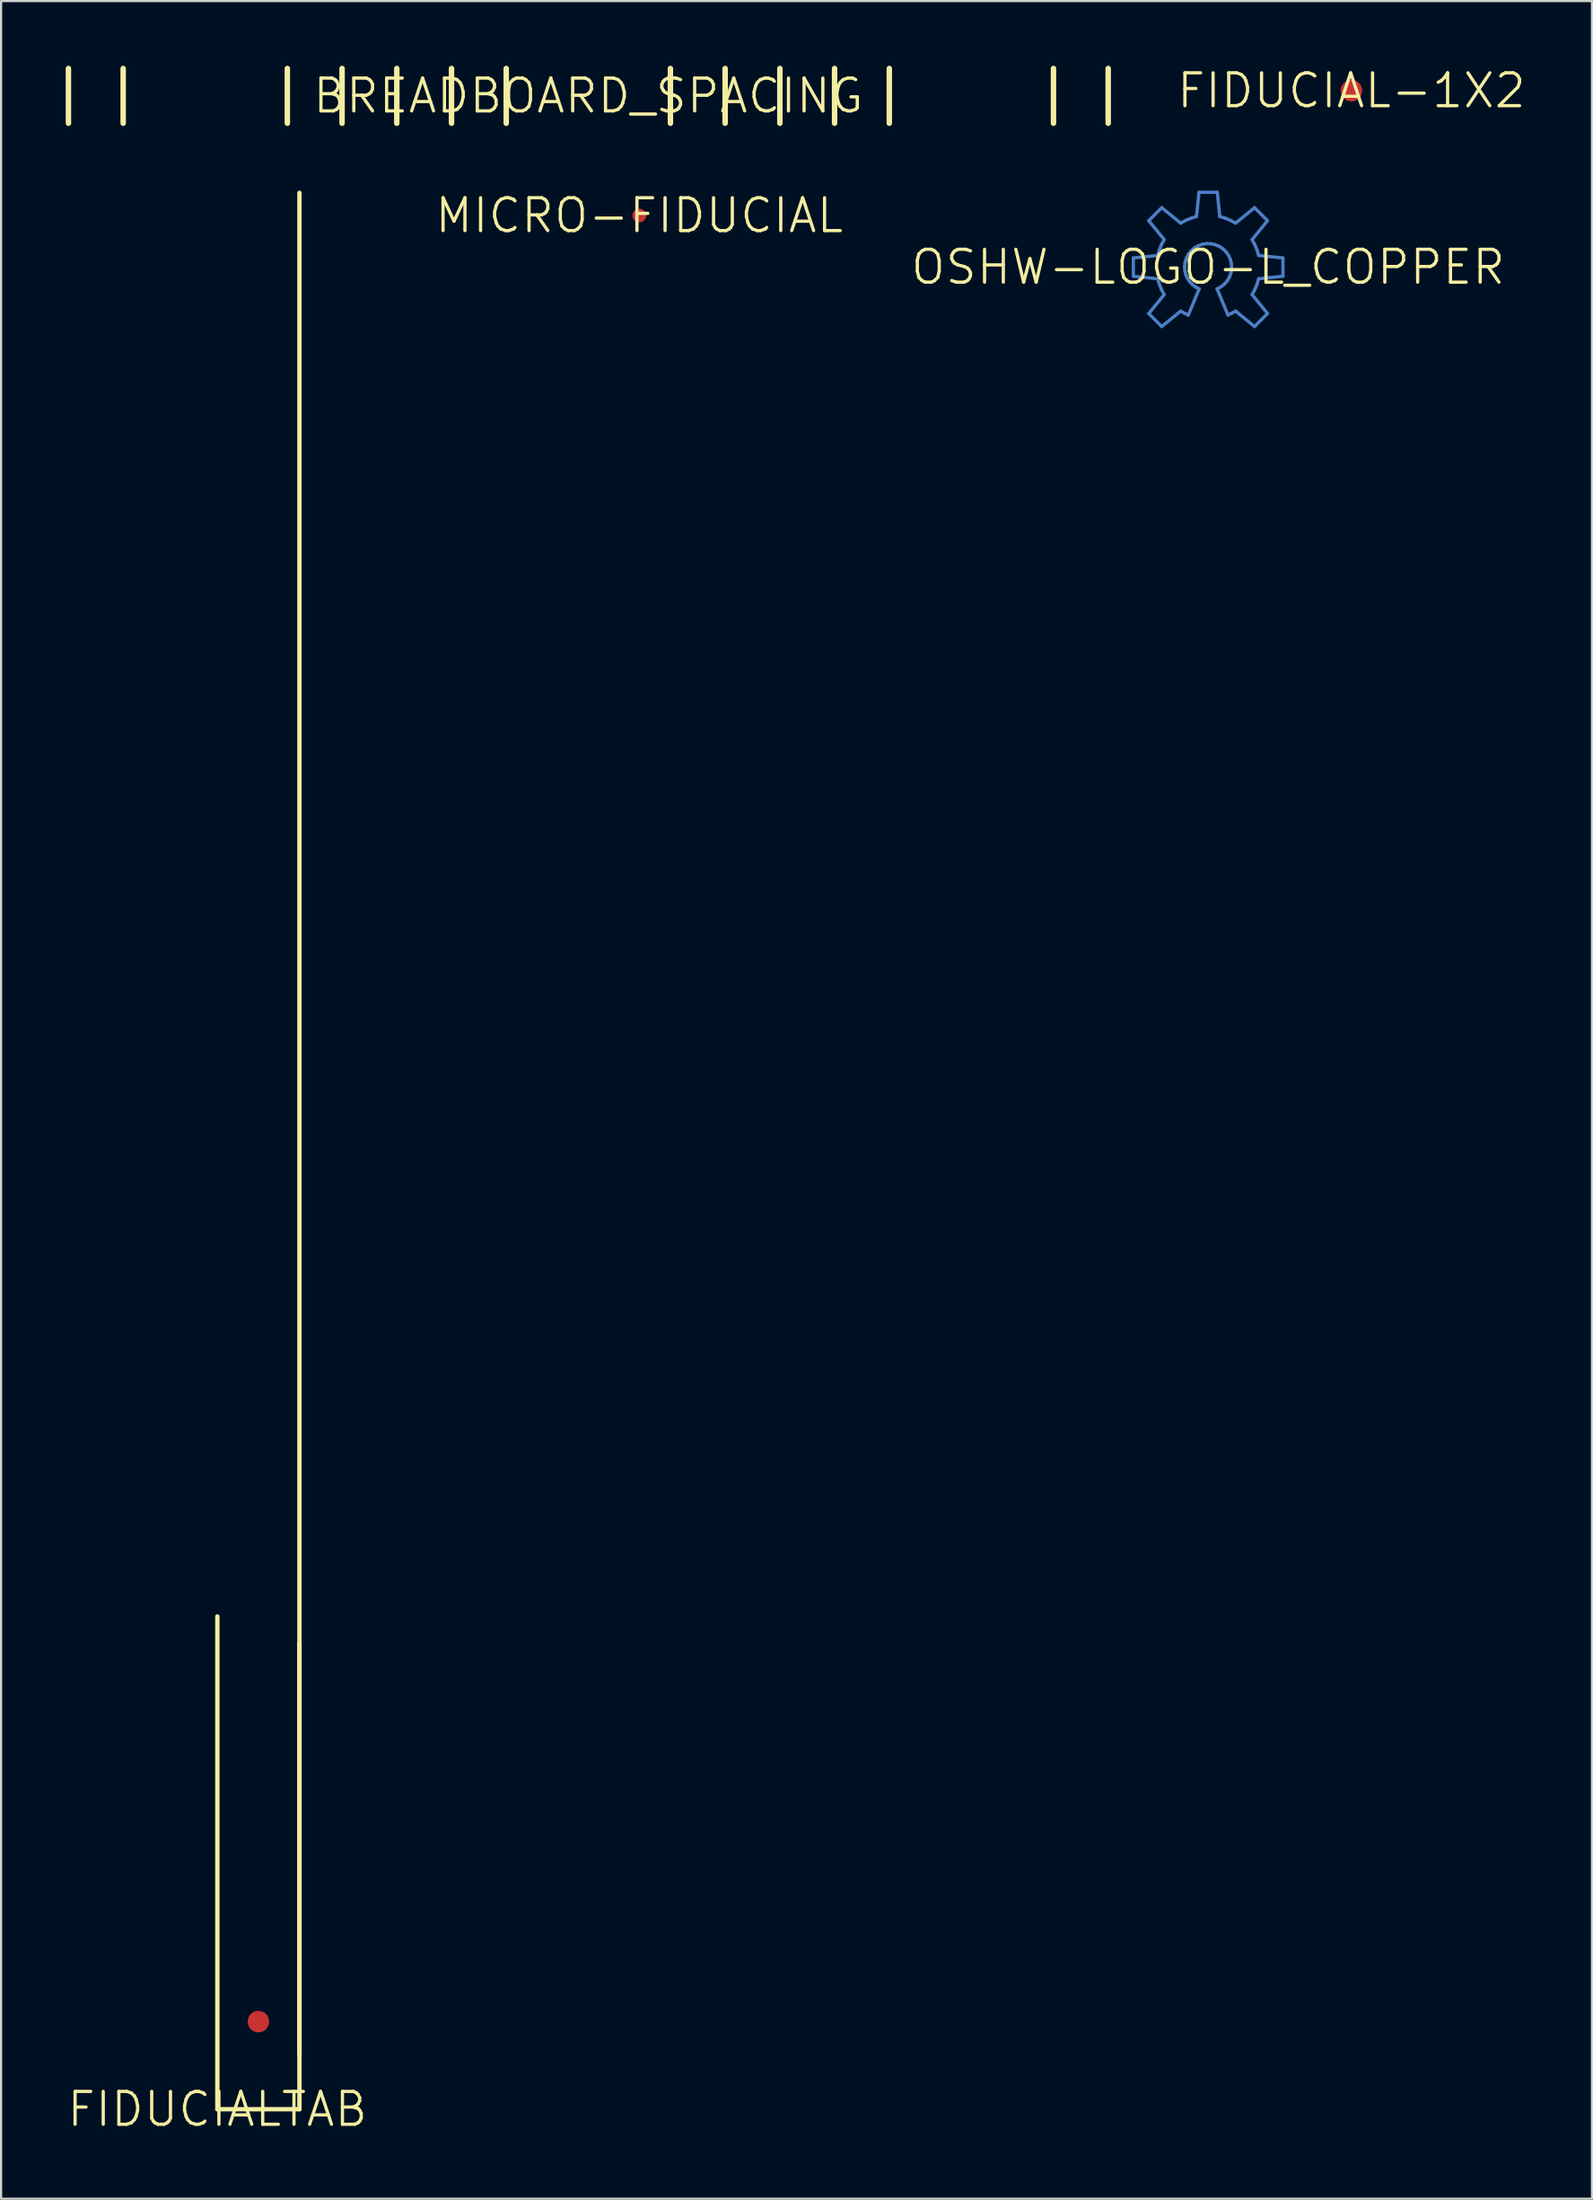
<source format=kicad_pcb>
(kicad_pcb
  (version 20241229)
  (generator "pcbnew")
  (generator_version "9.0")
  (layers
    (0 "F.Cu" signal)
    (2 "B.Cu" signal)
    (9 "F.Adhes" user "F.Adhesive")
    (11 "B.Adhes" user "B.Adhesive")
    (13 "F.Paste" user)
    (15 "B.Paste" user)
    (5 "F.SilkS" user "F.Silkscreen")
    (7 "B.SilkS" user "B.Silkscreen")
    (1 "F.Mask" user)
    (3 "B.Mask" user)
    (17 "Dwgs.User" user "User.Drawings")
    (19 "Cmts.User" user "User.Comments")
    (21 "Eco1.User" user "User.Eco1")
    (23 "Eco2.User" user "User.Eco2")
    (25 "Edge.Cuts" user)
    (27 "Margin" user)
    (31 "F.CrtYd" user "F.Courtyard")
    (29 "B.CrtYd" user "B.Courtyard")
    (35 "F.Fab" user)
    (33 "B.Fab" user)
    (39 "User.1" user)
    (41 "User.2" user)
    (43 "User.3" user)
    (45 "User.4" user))
  (footprint "OSHW-LOGO-L_COPPER"
    (layer "F.Cu")
    (at 53.026 9.341)
    (property "Reference" "OSHW-LOGO-L_COPPER" (at 0 0 0) (layer "F.SilkS") (effects (font (size 1.524 1.524) (thickness 0.15))))
    (attr exclude_from_pos_files exclude_from_bom)
    (fp_line (start -3.472 -0.424) (end -3.472 0.424) (stroke (width 0.15) (type solid)) (layer "B.Cu"))
    (fp_line (start -3.472 0.424) (end -2.344 0.541) (stroke (width 0.15) (type solid)) (layer "B.Cu"))
    (fp_line (start -2.756 -2.154) (end -2.04 -1.275) (stroke (width 0.15) (type solid)) (layer "B.Cu"))
    (fp_line (start -2.756 2.154) (end -2.154 2.756) (stroke (width 0.15) (type solid)) (layer "B.Cu"))
    (fp_line (start -2.344 -0.541) (end -3.472 -0.424) (stroke (width 0.15) (type solid)) (layer "B.Cu"))
    (fp_line (start -2.344 0.541) (end -2.268 0.795) (stroke (width 0.15) (type solid)) (layer "B.Cu"))
    (fp_line (start -2.268 -0.795) (end -2.344 -0.541) (stroke (width 0.15) (type solid)) (layer "B.Cu"))
    (fp_line (start -2.268 0.795) (end -2.167 1.041) (stroke (width 0.15) (type solid)) (layer "B.Cu"))
    (fp_line (start -2.167 -1.041) (end -2.268 -0.795) (stroke (width 0.15) (type solid)) (layer "B.Cu"))
    (fp_line (start -2.167 1.041) (end -2.04 1.275) (stroke (width 0.15) (type solid)) (layer "B.Cu"))
    (fp_line (start -2.154 -2.756) (end -2.756 -2.154) (stroke (width 0.15) (type solid)) (layer "B.Cu"))
    (fp_line (start -2.154 2.756) (end -1.275 2.04) (stroke (width 0.15) (type solid)) (layer "B.Cu"))
    (fp_line (start -2.04 -1.275) (end -2.167 -1.041) (stroke (width 0.15) (type solid)) (layer "B.Cu"))
    (fp_line (start -2.04 1.275) (end -2.756 2.154) (stroke (width 0.15) (type solid)) (layer "B.Cu"))
    (fp_line (start -1.275 -2.04) (end -2.154 -2.756) (stroke (width 0.15) (type solid)) (layer "B.Cu"))
    (fp_line (start -1.275 2.04) (end -1.1 2.139) (stroke (width 0.15) (type solid)) (layer "B.Cu"))
    (fp_line (start -1.1 2.139) (end -0.919 2.223) (stroke (width 0.15) (type solid)) (layer "B.Cu"))
    (fp_line (start -1.092 0) (end -1.074 -0.203) (stroke (width 0.15) (type solid)) (layer "B.Cu"))
    (fp_line (start -1.077 0.183) (end -1.092 0) (stroke (width 0.15) (type solid)) (layer "B.Cu"))
    (fp_line (start -1.074 -0.203) (end -1.016 -0.399) (stroke (width 0.15) (type solid)) (layer "B.Cu"))
    (fp_line (start -1.041 -2.167) (end -1.275 -2.04) (stroke (width 0.15) (type solid)) (layer "B.Cu"))
    (fp_line (start -1.031 0.361) (end -1.077 0.183) (stroke (width 0.15) (type solid)) (layer "B.Cu"))
    (fp_line (start -1.016 -0.399) (end -0.925 -0.582) (stroke (width 0.15) (type solid)) (layer "B.Cu"))
    (fp_line (start -0.955 0.528) (end -1.031 0.361) (stroke (width 0.15) (type solid)) (layer "B.Cu"))
    (fp_line (start -0.925 -0.582) (end -0.798 -0.744) (stroke (width 0.15) (type solid)) (layer "B.Cu"))
    (fp_line (start -0.919 2.223) (end -0.417 1.008) (stroke (width 0.15) (type solid)) (layer "B.Cu"))
    (fp_line (start -0.853 0.681) (end -0.955 0.528) (stroke (width 0.15) (type solid)) (layer "B.Cu"))
    (fp_line (start -0.798 -0.744) (end -0.645 -0.881) (stroke (width 0.15) (type solid)) (layer "B.Cu"))
    (fp_line (start -0.795 -2.268) (end -1.041 -2.167) (stroke (width 0.15) (type solid)) (layer "B.Cu"))
    (fp_line (start -0.726 0.815) (end -0.853 0.681) (stroke (width 0.15) (type solid)) (layer "B.Cu"))
    (fp_line (start -0.645 -0.881) (end -0.467 -0.986) (stroke (width 0.15) (type solid)) (layer "B.Cu"))
    (fp_line (start -0.582 0.925) (end -0.726 0.815) (stroke (width 0.15) (type solid)) (layer "B.Cu"))
    (fp_line (start -0.541 -2.344) (end -0.795 -2.268) (stroke (width 0.15) (type solid)) (layer "B.Cu"))
    (fp_line (start -0.467 -0.986) (end -0.277 -1.057) (stroke (width 0.15) (type solid)) (layer "B.Cu"))
    (fp_line (start -0.424 -3.472) (end -0.541 -2.344) (stroke (width 0.15) (type solid)) (layer "B.Cu"))
    (fp_line (start -0.417 1.008) (end -0.582 0.925) (stroke (width 0.15) (type solid)) (layer "B.Cu"))
    (fp_line (start -0.277 -1.057) (end -0.074 -1.09) (stroke (width 0.15) (type solid)) (layer "B.Cu"))
    (fp_line (start -0.074 -1.09) (end 0.13 -1.085) (stroke (width 0.15) (type solid)) (layer "B.Cu"))
    (fp_line (start 0.13 -1.085) (end 0.33 -1.041) (stroke (width 0.15) (type solid)) (layer "B.Cu"))
    (fp_line (start 0.33 -1.041) (end 0.518 -0.96) (stroke (width 0.15) (type solid)) (layer "B.Cu"))
    (fp_line (start 0.417 1.008) (end 0.919 2.223) (stroke (width 0.15) (type solid)) (layer "B.Cu"))
    (fp_line (start 0.424 -3.472) (end -0.424 -3.472) (stroke (width 0.15) (type solid)) (layer "B.Cu"))
    (fp_line (start 0.518 -0.96) (end 0.688 -0.848) (stroke (width 0.15) (type solid)) (layer "B.Cu"))
    (fp_line (start 0.541 -2.344) (end 0.424 -3.472) (stroke (width 0.15) (type solid)) (layer "B.Cu"))
    (fp_line (start 0.599 0.914) (end 0.417 1.008) (stroke (width 0.15) (type solid)) (layer "B.Cu"))
    (fp_line (start 0.688 -0.848) (end 0.836 -0.704) (stroke (width 0.15) (type solid)) (layer "B.Cu"))
    (fp_line (start 0.759 0.785) (end 0.599 0.914) (stroke (width 0.15) (type solid)) (layer "B.Cu"))
    (fp_line (start 0.795 -2.268) (end 0.541 -2.344) (stroke (width 0.15) (type solid)) (layer "B.Cu"))
    (fp_line (start 0.836 -0.704) (end 0.953 -0.536) (stroke (width 0.15) (type solid)) (layer "B.Cu"))
    (fp_line (start 0.892 0.63) (end 0.759 0.785) (stroke (width 0.15) (type solid)) (layer "B.Cu"))
    (fp_line (start 0.919 2.223) (end 1.1 2.139) (stroke (width 0.15) (type solid)) (layer "B.Cu"))
    (fp_line (start 0.953 -0.536) (end 1.036 -0.348) (stroke (width 0.15) (type solid)) (layer "B.Cu"))
    (fp_line (start 0.993 0.452) (end 0.892 0.63) (stroke (width 0.15) (type solid)) (layer "B.Cu"))
    (fp_line (start 1.036 -0.348) (end 1.082 -0.147) (stroke (width 0.15) (type solid)) (layer "B.Cu"))
    (fp_line (start 1.041 -2.167) (end 0.795 -2.268) (stroke (width 0.15) (type solid)) (layer "B.Cu"))
    (fp_line (start 1.062 0.257) (end 0.993 0.452) (stroke (width 0.15) (type solid)) (layer "B.Cu"))
    (fp_line (start 1.082 -0.147) (end 1.092 0.056) (stroke (width 0.15) (type solid)) (layer "B.Cu"))
    (fp_line (start 1.092 0.056) (end 1.062 0.257) (stroke (width 0.15) (type solid)) (layer "B.Cu"))
    (fp_line (start 1.1 2.139) (end 1.275 2.04) (stroke (width 0.15) (type solid)) (layer "B.Cu"))
    (fp_line (start 1.275 -2.04) (end 1.041 -2.167) (stroke (width 0.15) (type solid)) (layer "B.Cu"))
    (fp_line (start 1.275 2.04) (end 2.154 2.756) (stroke (width 0.15) (type solid)) (layer "B.Cu"))
    (fp_line (start 2.04 -1.275) (end 2.756 -2.154) (stroke (width 0.15) (type solid)) (layer "B.Cu"))
    (fp_line (start 2.04 1.275) (end 2.167 1.041) (stroke (width 0.15) (type solid)) (layer "B.Cu"))
    (fp_line (start 2.154 -2.756) (end 1.275 -2.04) (stroke (width 0.15) (type solid)) (layer "B.Cu"))
    (fp_line (start 2.154 2.756) (end 2.756 2.154) (stroke (width 0.15) (type solid)) (layer "B.Cu"))
    (fp_line (start 2.167 -1.041) (end 2.04 -1.275) (stroke (width 0.15) (type solid)) (layer "B.Cu"))
    (fp_line (start 2.167 1.041) (end 2.268 0.795) (stroke (width 0.15) (type solid)) (layer "B.Cu"))
    (fp_line (start 2.268 -0.795) (end 2.167 -1.041) (stroke (width 0.15) (type solid)) (layer "B.Cu"))
    (fp_line (start 2.268 0.795) (end 2.344 0.541) (stroke (width 0.15) (type solid)) (layer "B.Cu"))
    (fp_line (start 2.344 -0.541) (end 2.268 -0.795) (stroke (width 0.15) (type solid)) (layer "B.Cu"))
    (fp_line (start 2.344 0.541) (end 3.472 0.424) (stroke (width 0.15) (type solid)) (layer "B.Cu"))
    (fp_line (start 2.756 -2.154) (end 2.154 -2.756) (stroke (width 0.15) (type solid)) (layer "B.Cu"))
    (fp_line (start 2.756 2.154) (end 2.04 1.275) (stroke (width 0.15) (type solid)) (layer "B.Cu"))
    (fp_line (start 3.472 -0.424) (end 2.344 -0.541) (stroke (width 0.15) (type solid)) (layer "B.Cu"))
    (fp_line (start 3.472 0.424) (end 3.472 -0.424) (stroke (width 0.15) (type solid)) (layer "B.Cu")))
  (footprint "FIDUCIALTAB"
    (layer "F.Cu")
    (at 7.039 94.796)
    (property "Reference" "FIDUCIALTAB" (at 0 0 0) (layer "F.SilkS") (effects (font (size 1.524 1.524) (thickness 0.15))))
    (attr smd)
    (fp_line (start 0 0) (end 0 -22.86) (stroke (width 0.203) (type solid)) (layer "F.SilkS"))
    (fp_line (start 0 0) (end 3.81 0) (stroke (width 0.203) (type solid)) (layer "F.SilkS"))
    (fp_line (start 3.81 -21.59) (end 3.81 -88.9) (stroke (width 0.203) (type solid)) (layer "F.SilkS"))
    (fp_line (start 3.81 -2.54) (end 3.81 -21.59) (stroke (width 0.203) (type solid)) (layer "F.SilkS"))
    (fp_line (start 3.81 0) (end 3.81 -21.59) (stroke (width 0.203) (type solid)) (layer "F.SilkS"))
    (pad "P$2" smd circle (at 1.905 -4.064) (size 0.998 0.998) (layers "F.Cu" "F.Mask" "F.Paste")))
  (footprint "BREADBOARD_SPACING"
    (layer "F.Cu")
    (at 24.257 1.397)
    (property "Reference" "BREADBOARD_SPACING" (at 0 0 0) (layer "F.SilkS") (effects (font (size 1.524 1.524) (thickness 0.15))))
    (attr exclude_from_pos_files exclude_from_bom)
    (fp_line (start -24.13 -1.27) (end -24.13 1.27) (stroke (width 0.254) (type solid)) (layer "F.SilkS"))
    (fp_line (start -21.59 -1.27) (end -21.59 1.27) (stroke (width 0.254) (type solid)) (layer "F.SilkS"))
    (fp_line (start -13.97 -1.27) (end -13.97 1.27) (stroke (width 0.254) (type solid)) (layer "F.SilkS"))
    (fp_line (start -11.43 -1.27) (end -11.43 1.27) (stroke (width 0.254) (type solid)) (layer "F.SilkS"))
    (fp_line (start -8.89 -1.27) (end -8.89 1.27) (stroke (width 0.254) (type solid)) (layer "F.SilkS"))
    (fp_line (start -6.35 -1.27) (end -6.35 1.27) (stroke (width 0.254) (type solid)) (layer "F.SilkS"))
    (fp_line (start -3.81 -1.27) (end -3.81 1.27) (stroke (width 0.254) (type solid)) (layer "F.SilkS"))
    (fp_line (start 3.81 -1.27) (end 3.81 1.27) (stroke (width 0.254) (type solid)) (layer "F.SilkS"))
    (fp_line (start 6.35 -1.27) (end 6.35 1.27) (stroke (width 0.254) (type solid)) (layer "F.SilkS"))
    (fp_line (start 8.89 -1.27) (end 8.89 1.27) (stroke (width 0.254) (type solid)) (layer "F.SilkS"))
    (fp_line (start 11.43 -1.27) (end 11.43 1.27) (stroke (width 0.254) (type solid)) (layer "F.SilkS"))
    (fp_line (start 13.97 -1.27) (end 13.97 1.27) (stroke (width 0.254) (type solid)) (layer "F.SilkS"))
    (fp_line (start 21.59 -1.27) (end 21.59 1.27) (stroke (width 0.254) (type solid)) (layer "F.SilkS"))
    (fp_line (start 24.13 -1.27) (end 24.13 1.27) (stroke (width 0.254) (type solid)) (layer "F.SilkS")))
  (footprint "FIDUCIAL-1X2"
    (layer "F.Cu")
    (at 59.678 1.155)
    (property "Reference" "FIDUCIAL-1X2" (at 0 0 0) (layer "F.SilkS") (effects (font (size 1.524 1.524) (thickness 0.15))))
    (attr smd)
    (pad "1" smd circle (at 0 0) (size 0.998 0.998) (layers "F.Cu" "F.Mask" "F.Paste")))
  (footprint "MICRO-FIDUCIAL"
    (layer "F.Cu")
    (at 26.622 6.949)
    (property "Reference" "MICRO-FIDUCIAL" (at 0 0 0) (layer "F.SilkS") (effects (font (size 1.524 1.524) (thickness 0.15))))
    (attr smd)
    (pad "1" smd circle (at 0 0) (size 0.635 0.635) (layers "F.Cu" "F.Mask" "F.Paste")))
  (gr_rect
    (start -3 -3)
    (end 70.843 98.95)
    (stroke (width 0.1) (type default))
    (fill no)
    (layer "Edge.Cuts")))
</source>
